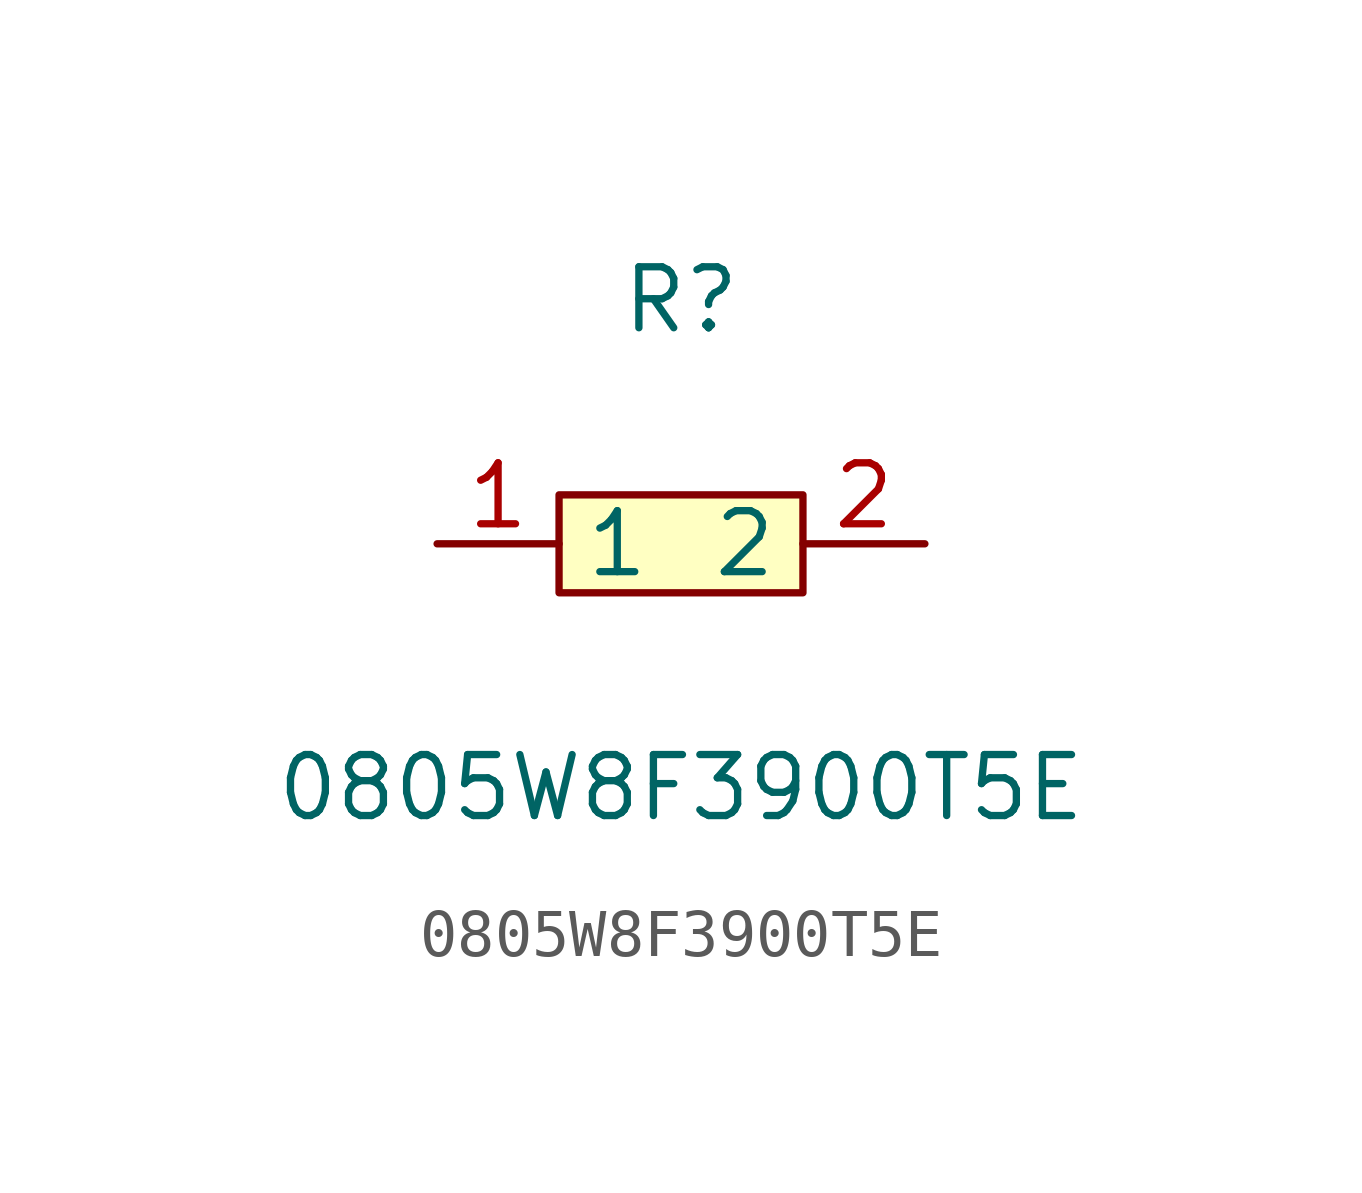
<source format=kicad_sym>
(kicad_symbol_lib
  (version 1)
  (generator "faebryk")
  (symbol "0805W8F3900T5E"
    (property "Reference" "R"
      (at 0 5.08 0)
      (effects (font (size 1.27 1.27)) (hide no)))
    (property "Value" "0805W8F3900T5E"
      (at 0 -5.08 0)
      (effects (font (size 1.27 1.27)) (hide no)))
    (symbol "0805W8F3900T5E_0_1"
      (rectangle (start -2.54 1.02) (end 2.54 -1.02) (stroke (width 0) (type default) (color 0 0 0 0)) (fill (type background)))
      (pin input line (at 5.08 0 180) (length 2.54) (name "2" (effects (font (size 1.27 1.27)) (hide no))) (number "2" (effects (font (size 1.27 1.27)) (hide no))))
      (pin input line (at -5.08 0 0) (length 2.54) (name "1" (effects (font (size 1.27 1.27)) (hide no))) (number "1" (effects (font (size 1.27 1.27)) (hide no)))))))
</source>
